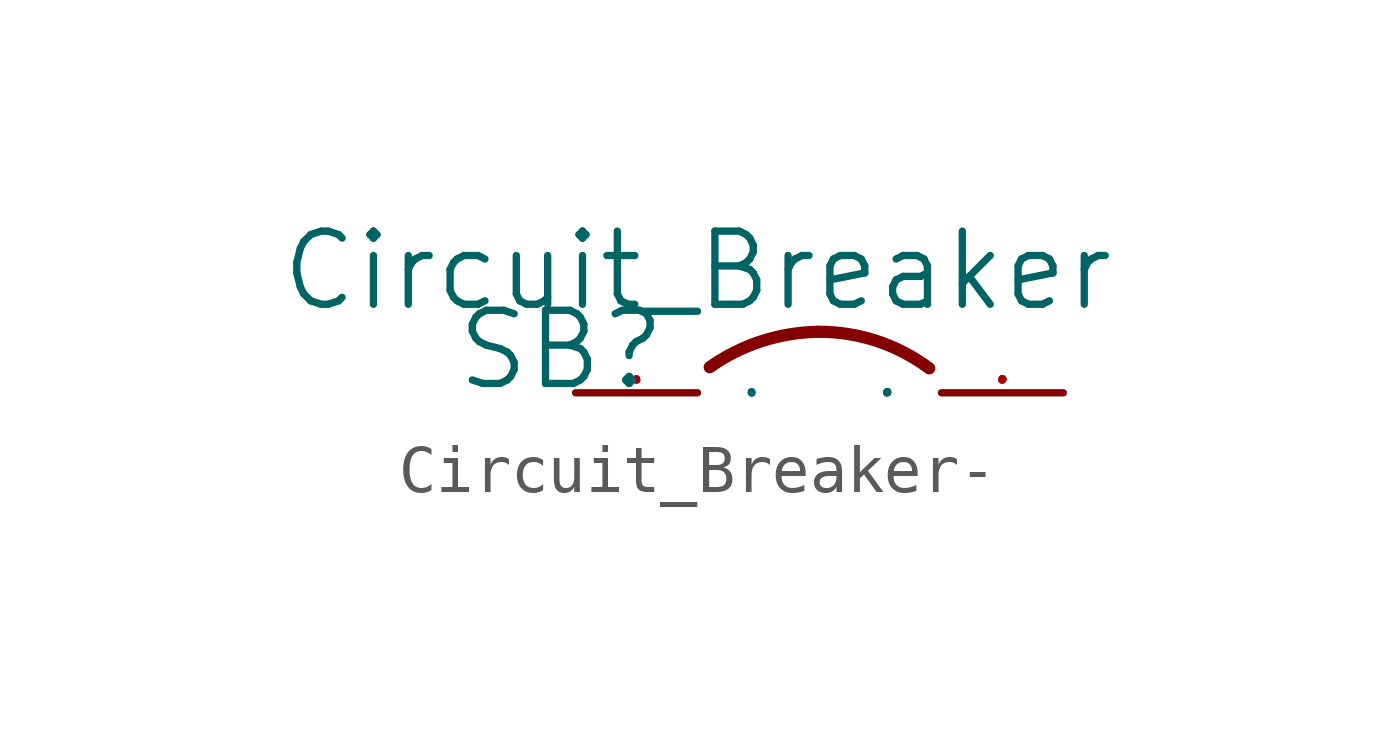
<source format=kicad_sym>
(kicad_symbol_lib
  (version 20220914)
  (generator kicad_symbol_editor)
  (symbol "Circuit_Breaker-"
    (pin_names
      (offset 1.016))
    (property "Reference" "SB"
      (at -5.08 -2.54 0)
      (effects (font (size 1.524 1.524)) (justify left bottom)))
    (property "Value" "Circuit_Breaker"
      (at 0 0 0)
      (effects (font (size 1.524 1.524))))
    (property "Footprint" ""
      (at 0 0 0)
      (effects (font (size 1.524 1.524))))
    (property "Datasheet" ""
      (at 0 0 0)
      (effects (font (size 1.524 1.524))))
    (symbol "Circuit_Breaker-_0_1"
      (pin passive line (at -2.54 -2.54 0) (length 2.54) (name "1" (effects (font (size 0.025 0.025)))) (number "1" (effects (font (size 0.025 0.025)))))
      (pin passive line (at 7.62 -2.54 180) (length 2.54) (name "2" (effects (font (size 0.025 0.025)))) (number "2" (effects (font (size 0.025 0.025))))))
    (symbol "Circuit_Breaker-_1_1"
      (arc (start 2.5146 -1.27) (mid 1.3303 -1.4671) (end 0.254 -2.0066) (stroke (width 0.254) (type solid)) (fill (type none)))
      (arc (start 4.826 -2.032) (mid 3.7328 -1.4615) (end 2.5146 -1.27) (stroke (width 0.254) (type solid)) (fill (type none))))))
</source>
